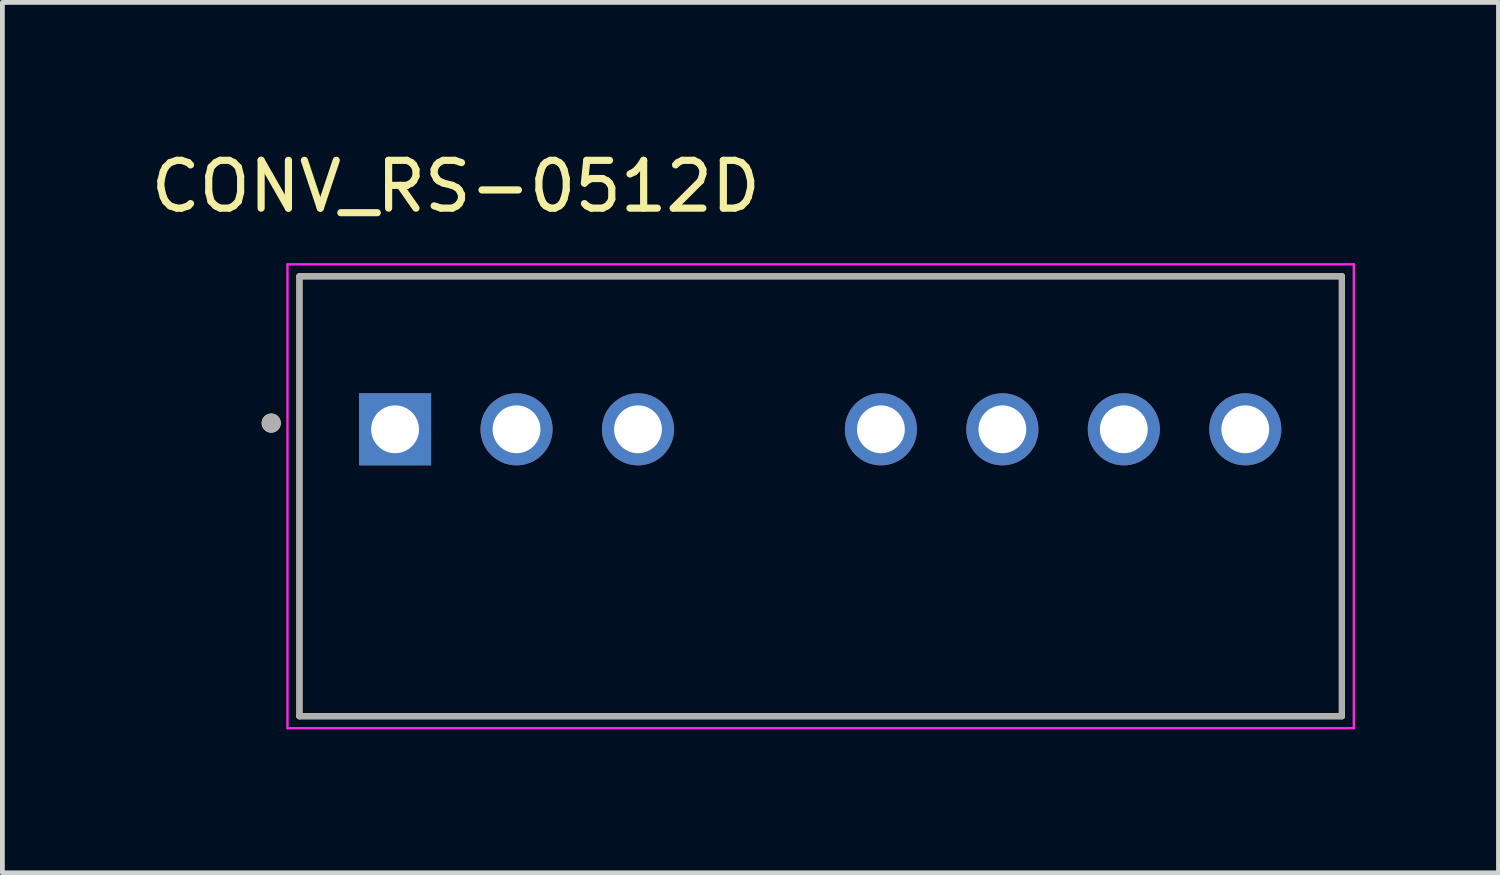
<source format=kicad_pcb>
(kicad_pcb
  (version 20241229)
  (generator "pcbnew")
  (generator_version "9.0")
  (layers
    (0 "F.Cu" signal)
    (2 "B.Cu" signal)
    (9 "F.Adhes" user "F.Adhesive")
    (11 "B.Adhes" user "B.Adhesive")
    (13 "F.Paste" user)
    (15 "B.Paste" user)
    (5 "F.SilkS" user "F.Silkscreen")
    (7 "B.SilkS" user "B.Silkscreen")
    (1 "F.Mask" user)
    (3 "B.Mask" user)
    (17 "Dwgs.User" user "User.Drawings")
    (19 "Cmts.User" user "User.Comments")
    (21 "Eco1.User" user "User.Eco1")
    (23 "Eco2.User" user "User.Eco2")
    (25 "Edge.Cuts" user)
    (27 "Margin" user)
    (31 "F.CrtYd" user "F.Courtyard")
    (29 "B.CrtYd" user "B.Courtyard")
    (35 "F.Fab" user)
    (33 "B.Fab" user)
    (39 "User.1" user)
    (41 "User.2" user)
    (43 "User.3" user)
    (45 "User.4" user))
  (footprint "CONV_RS-0512D"
    (layer "F.Cu")
    (at 14.112 7.328)
    (property "Reference" "CONV_RS-0512D" (at -7.63 -6.48 0) (layer "F.SilkS") (effects (font (size 1 1) (thickness 0.15))))
    (attr through_hole)
    (fp_line (start -10.9 -4.6) (end -10.9 4.6) (stroke (width 0.127) (type solid)) (layer "F.SilkS"))
    (fp_line (start -10.9 4.6) (end 10.9 4.6) (stroke (width 0.127) (type solid)) (layer "F.SilkS"))
    (fp_line (start 10.9 -4.6) (end -10.9 -4.6) (stroke (width 0.127) (type solid)) (layer "F.SilkS"))
    (fp_line (start 10.9 4.6) (end 10.9 -4.6) (stroke (width 0.127) (type solid)) (layer "F.SilkS"))
    (fp_circle (center -11.49 -1.53) (end -11.39 -1.53) (stroke (width 0.2) (type solid)) (fill no) (layer "F.SilkS"))
    (fp_line (start -11.15 -4.85) (end -11.15 4.85) (stroke (width 0.05) (type solid)) (layer "F.CrtYd"))
    (fp_line (start -11.15 4.85) (end 11.15 4.85) (stroke (width 0.05) (type solid)) (layer "F.CrtYd"))
    (fp_line (start 11.15 -4.85) (end -11.15 -4.85) (stroke (width 0.05) (type solid)) (layer "F.CrtYd"))
    (fp_line (start 11.15 4.85) (end 11.15 -4.85) (stroke (width 0.05) (type solid)) (layer "F.CrtYd"))
    (fp_line (start -10.9 -4.6) (end -10.9 4.6) (stroke (width 0.127) (type solid)) (layer "F.Fab"))
    (fp_line (start -10.9 4.6) (end 10.9 4.6) (stroke (width 0.127) (type solid)) (layer "F.Fab"))
    (fp_line (start 10.9 -4.6) (end -10.9 -4.6) (stroke (width 0.127) (type solid)) (layer "F.Fab"))
    (fp_line (start 10.9 4.6) (end 10.9 -4.6) (stroke (width 0.127) (type solid)) (layer "F.Fab"))
    (fp_circle (center -11.49 -1.53) (end -11.39 -1.53) (stroke (width 0.2) (type solid)) (fill no) (layer "F.Fab"))
    (pad "1" thru_hole rect (at -8.9 -1.4) (size 1.508 1.508) (drill 1) (layers "*.Cu" "*.Mask"))
    (pad "2" thru_hole circle (at -6.36 -1.4) (size 1.508 1.508) (drill 1) (layers "*.Cu" "*.Mask"))
    (pad "3" thru_hole circle (at -3.82 -1.4) (size 1.508 1.508) (drill 1) (layers "*.Cu" "*.Mask"))
    (pad "5" thru_hole circle (at 1.26 -1.4) (size 1.508 1.508) (drill 1) (layers "*.Cu" "*.Mask"))
    (pad "6" thru_hole circle (at 3.8 -1.4) (size 1.508 1.508) (drill 1) (layers "*.Cu" "*.Mask"))
    (pad "7" thru_hole circle (at 6.34 -1.4) (size 1.508 1.508) (drill 1) (layers "*.Cu" "*.Mask"))
    (pad "8" thru_hole circle (at 8.88 -1.4) (size 1.508 1.508) (drill 1) (layers "*.Cu" "*.Mask")))
  (gr_rect
    (start -3 -3)
    (end 28.287 15.203)
    (stroke (width 0.1) (type default))
    (fill no)
    (layer "Edge.Cuts")))
</source>
